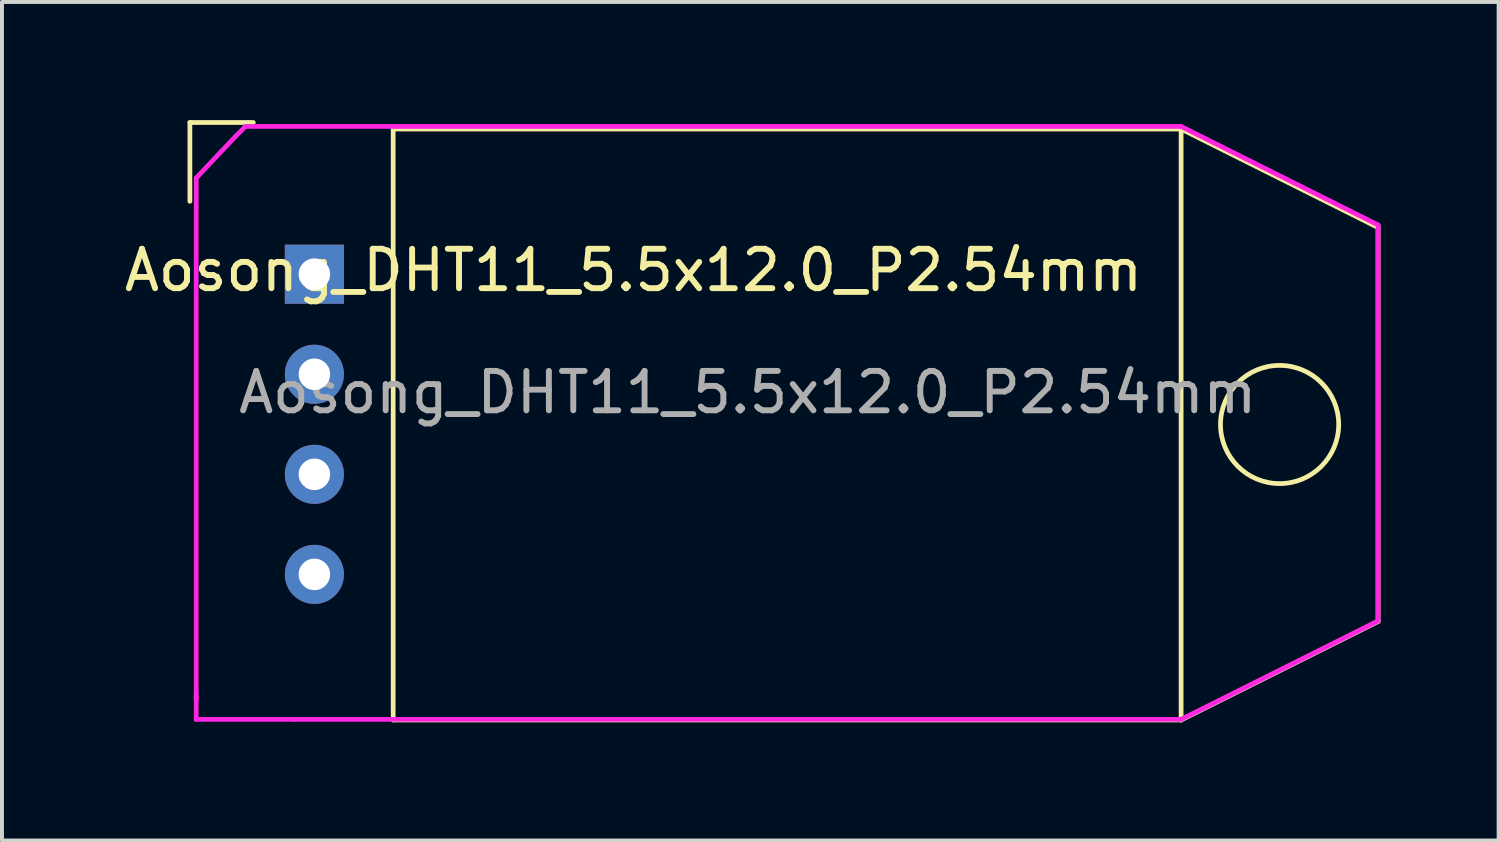
<source format=kicad_pcb>
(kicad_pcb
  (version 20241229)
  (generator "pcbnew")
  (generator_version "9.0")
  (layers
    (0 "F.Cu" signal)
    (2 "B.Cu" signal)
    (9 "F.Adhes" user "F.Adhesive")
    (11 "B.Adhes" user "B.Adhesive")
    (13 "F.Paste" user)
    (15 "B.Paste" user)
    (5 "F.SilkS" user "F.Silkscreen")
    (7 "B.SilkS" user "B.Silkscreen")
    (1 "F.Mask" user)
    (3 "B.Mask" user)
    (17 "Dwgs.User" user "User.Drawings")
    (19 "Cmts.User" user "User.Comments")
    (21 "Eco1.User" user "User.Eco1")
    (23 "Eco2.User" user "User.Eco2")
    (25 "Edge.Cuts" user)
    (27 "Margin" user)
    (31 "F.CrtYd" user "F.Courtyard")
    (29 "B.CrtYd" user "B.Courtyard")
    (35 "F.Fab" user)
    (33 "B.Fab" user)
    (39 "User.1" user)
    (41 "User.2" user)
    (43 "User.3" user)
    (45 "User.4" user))
  (footprint "Aosong_DHT11_5.5x12.0_P2.54mm"
    (layer "F.Cu")
    (at 4.93 3.91)
    (property "Reference" "Aosong_DHT11_5.5x12.0_P2.54mm" (at 8.1 -0.1 0) (layer "F.SilkS") (effects (font (size 1 1) (thickness 0.15))))
    (attr through_hole)
    (fp_line (start -3.16 -3.85) (end -3.16 -1.85) (stroke (width 0.12) (type solid)) (layer "F.SilkS"))
    (fp_line (start -3.16 -3.85) (end -1.55 -3.85) (stroke (width 0.12) (type solid)) (layer "F.SilkS"))
    (fp_line (start 2 -3.685) (end 2 11.315) (stroke (width 0.12) (type solid)) (layer "F.SilkS"))
    (fp_line (start 2 11.315) (end 22 11.315) (stroke (width 0.12) (type solid)) (layer "F.SilkS"))
    (fp_line (start 22 -3.685) (end 2 -3.685) (stroke (width 0.12) (type solid)) (layer "F.SilkS"))
    (fp_line (start 22 11.315) (end 22 -3.685) (stroke (width 0.12) (type solid)) (layer "F.SilkS"))
    (fp_line (start 27 -1.185) (end 22 -3.685) (stroke (width 0.12) (type solid)) (layer "F.SilkS"))
    (fp_line (start 27 8.815) (end 22 11.315) (stroke (width 0.12) (type solid)) (layer "F.SilkS"))
    (fp_line (start 27 8.815) (end 27 -1.185) (stroke (width 0.12) (type solid)) (layer "F.SilkS"))
    (fp_circle (center 24.5 3.815) (end 26 3.815) (stroke (width 0.12) (type solid)) (fill no) (layer "F.SilkS"))
    (fp_line (start -3 -2.44) (end -2 -3.5) (stroke (width 0.12) (type solid)) (layer "F.CrtYd"))
    (fp_line (start -3 10.8) (end -3 10.7) (stroke (width 0.12) (type solid)) (layer "F.CrtYd"))
    (fp_line (start -3 11.3) (end -3 -2.44) (stroke (width 0.12) (type solid)) (layer "F.CrtYd"))
    (fp_line (start -2 -3.5) (end -1.75 -3.75) (stroke (width 0.12) (type solid)) (layer "F.CrtYd"))
    (fp_line (start -1.75 -3.75) (end 22 -3.75) (stroke (width 0.12) (type solid)) (layer "F.CrtYd"))
    (fp_line (start -0.5 11.3) (end -3 11.3) (stroke (width 0.12) (type solid)) (layer "F.CrtYd"))
    (fp_line (start 22 -3.75) (end 27 -1.25) (stroke (width 0.12) (type solid)) (layer "F.CrtYd"))
    (fp_line (start 22 11.3) (end -0.5 11.3) (stroke (width 0.12) (type solid)) (layer "F.CrtYd"))
    (fp_line (start 27 -1.25) (end 27 8.75) (stroke (width 0.12) (type solid)) (layer "F.CrtYd"))
    (fp_line (start 27 8.75) (end 27 8.8) (stroke (width 0.12) (type solid)) (layer "F.CrtYd"))
    (fp_line (start 27 8.8) (end 22 11.3) (stroke (width 0.12) (type solid)) (layer "F.CrtYd"))
    (fp_text user "${REFERENCE}" (at 11 3 0) (layer "F.Fab") (effects (font (size 1 1) (thickness 0.15))))
    (pad "1" thru_hole rect (at 0 0) (size 1.5 1.5) (drill 0.8) (layers "*.Cu" "*.Mask"))
    (pad "2" thru_hole circle (at 0 2.54) (size 1.5 1.5) (drill 0.8) (layers "*.Cu" "*.Mask"))
    (pad "3" thru_hole circle (at 0 5.08) (size 1.5 1.5) (drill 0.8) (layers "*.Cu" "*.Mask"))
    (pad "4" thru_hole circle (at 0 7.62) (size 1.5 1.5) (drill 0.8) (layers "*.Cu" "*.Mask")))
  (gr_rect
    (start -3 -3)
    (end 34.99 18.285)
    (stroke (width 0.1) (type default))
    (fill no)
    (layer "Edge.Cuts")))
</source>
